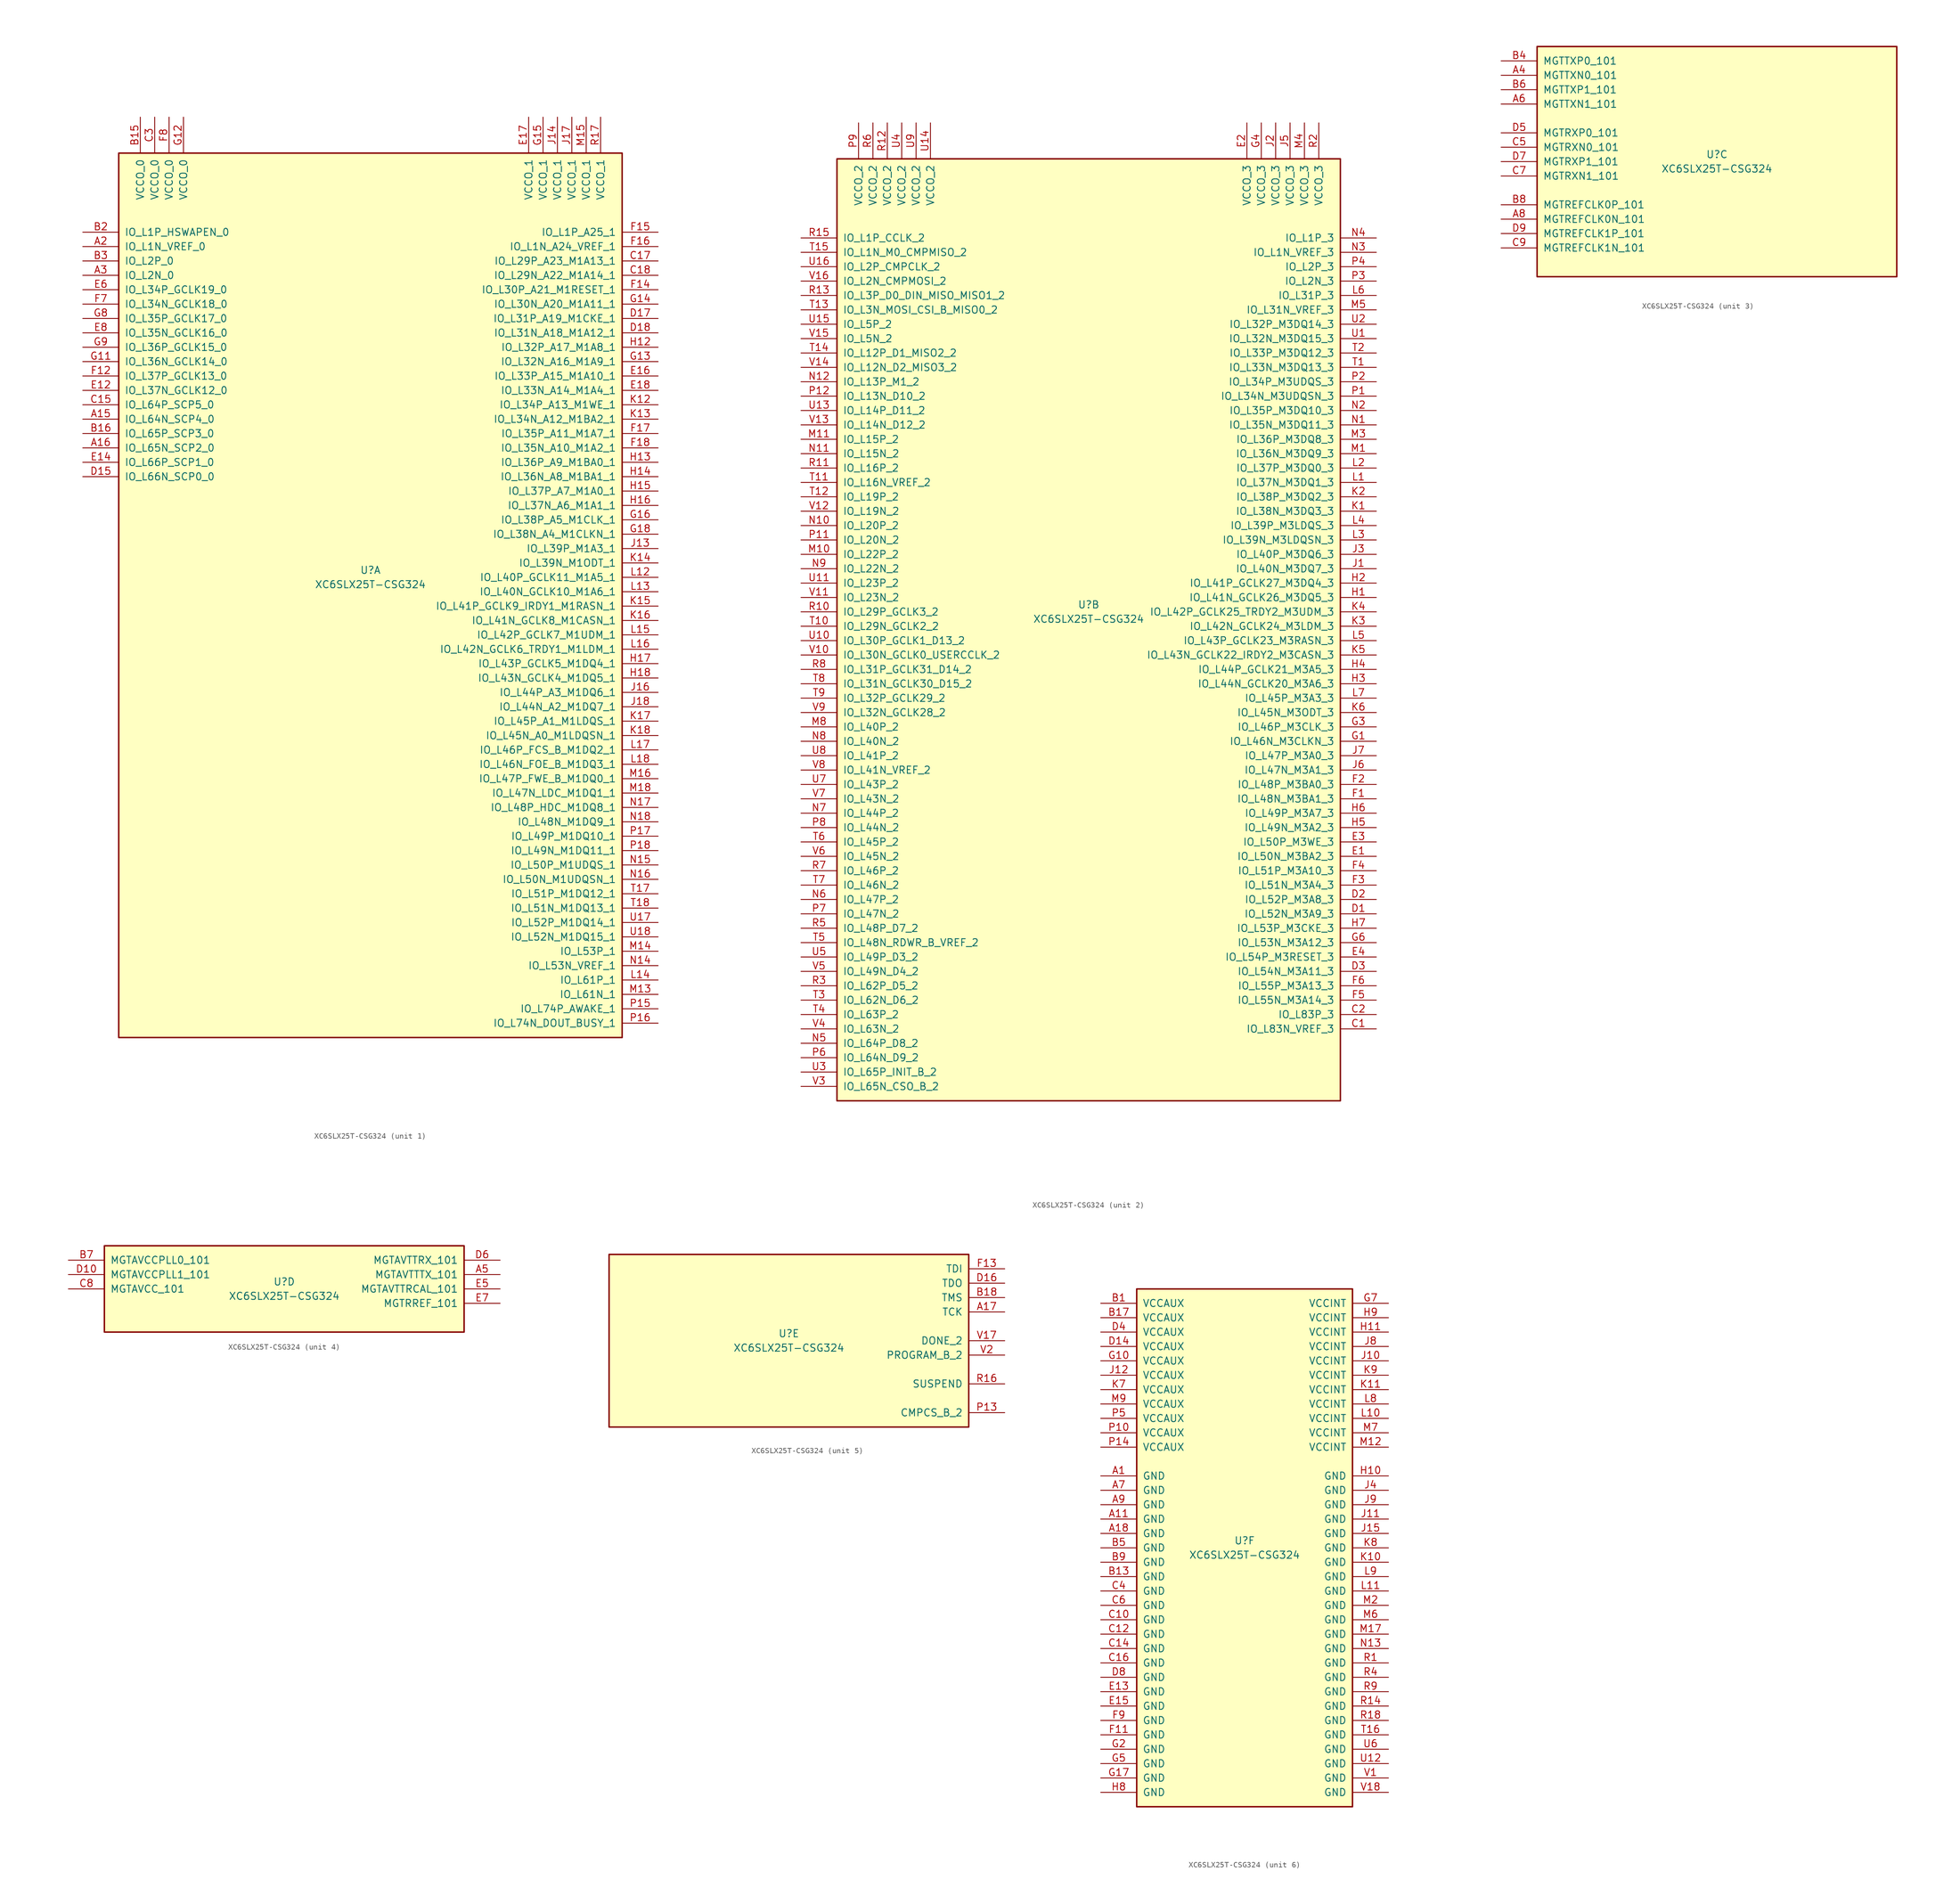
<source format=kicad_sym>
(kicad_symbol_lib
  (version 20201005)
  (generator kicad_symbol_editor)
  (symbol "XC6SLX25T-CSG324"
    (pin_names
      (offset 1.016))
    (property "Reference" "U"
      (at 0 1.27 0)
      (effects (font (size 1.27 1.27))))
    (property "Value" "XC6SLX25T-CSG324"
      (at 0 -1.27 0)
      (effects (font (size 1.27 1.27))))
    (property "Datasheet" ""
      (at 0 0 0)
      (effects (font (size 1.27 1.27))))
    (property "ki_locked" ""
      (at 0 0 0)
      (effects (font (size 1.27 1.27))))
    (symbol "XC6SLX25T-CSG324_1_1"
      (rectangle (start -44.45 74.93) (end 44.45 -81.28) (stroke (width 0.254)) (fill (type background)))
      (pin bidirectional line (at -50.8 27.94 0) (length 6.35) (name "IO_L64N_SCP4_0" (effects (font (size 1.27 1.27)))) (number "A15" (effects (font (size 1.27 1.27)))))
      (pin bidirectional line (at -50.8 22.86 0) (length 6.35) (name "IO_L65N_SCP2_0" (effects (font (size 1.27 1.27)))) (number "A16" (effects (font (size 1.27 1.27)))))
      (pin bidirectional line (at -50.8 58.42 0) (length 6.35) (name "IO_L1N_VREF_0" (effects (font (size 1.27 1.27)))) (number "A2" (effects (font (size 1.27 1.27)))))
      (pin bidirectional line (at -50.8 53.34 0) (length 6.35) (name "IO_L2N_0" (effects (font (size 1.27 1.27)))) (number "A3" (effects (font (size 1.27 1.27)))))
      (pin power_in line (at -40.64 81.28 270) (length 6.35) (name "VCCO_0" (effects (font (size 1.27 1.27)))) (number "B15" (effects (font (size 1.27 1.27)))))
      (pin bidirectional line (at -50.8 25.4 0) (length 6.35) (name "IO_L65P_SCP3_0" (effects (font (size 1.27 1.27)))) (number "B16" (effects (font (size 1.27 1.27)))))
      (pin bidirectional line (at -50.8 60.96 0) (length 6.35) (name "IO_L1P_HSWAPEN_0" (effects (font (size 1.27 1.27)))) (number "B2" (effects (font (size 1.27 1.27)))))
      (pin bidirectional line (at -50.8 55.88 0) (length 6.35) (name "IO_L2P_0" (effects (font (size 1.27 1.27)))) (number "B3" (effects (font (size 1.27 1.27)))))
      (pin bidirectional line (at -50.8 30.48 0) (length 6.35) (name "IO_L64P_SCP5_0" (effects (font (size 1.27 1.27)))) (number "C15" (effects (font (size 1.27 1.27)))))
      (pin bidirectional line (at 50.8 55.88 180) (length 6.35) (name "IO_L29P_A23_M1A13_1" (effects (font (size 1.27 1.27)))) (number "C17" (effects (font (size 1.27 1.27)))))
      (pin bidirectional line (at 50.8 53.34 180) (length 6.35) (name "IO_L29N_A22_M1A14_1" (effects (font (size 1.27 1.27)))) (number "C18" (effects (font (size 1.27 1.27)))))
      (pin power_in line (at -38.1 81.28 270) (length 6.35) (name "VCCO_0" (effects (font (size 1.27 1.27)))) (number "C3" (effects (font (size 1.27 1.27)))))
      (pin bidirectional line (at -50.8 17.78 0) (length 6.35) (name "IO_L66N_SCP0_0" (effects (font (size 1.27 1.27)))) (number "D15" (effects (font (size 1.27 1.27)))))
      (pin bidirectional line (at 50.8 45.72 180) (length 6.35) (name "IO_L31P_A19_M1CKE_1" (effects (font (size 1.27 1.27)))) (number "D17" (effects (font (size 1.27 1.27)))))
      (pin bidirectional line (at 50.8 43.18 180) (length 6.35) (name "IO_L31N_A18_M1A12_1" (effects (font (size 1.27 1.27)))) (number "D18" (effects (font (size 1.27 1.27)))))
      (pin bidirectional line (at -50.8 33.02 0) (length 6.35) (name "IO_L37N_GCLK12_0" (effects (font (size 1.27 1.27)))) (number "E12" (effects (font (size 1.27 1.27)))))
      (pin bidirectional line (at -50.8 20.32 0) (length 6.35) (name "IO_L66P_SCP1_0" (effects (font (size 1.27 1.27)))) (number "E14" (effects (font (size 1.27 1.27)))))
      (pin bidirectional line (at 50.8 35.56 180) (length 6.35) (name "IO_L33P_A15_M1A10_1" (effects (font (size 1.27 1.27)))) (number "E16" (effects (font (size 1.27 1.27)))))
      (pin power_in line (at 27.94 81.28 270) (length 6.35) (name "VCCO_1" (effects (font (size 1.27 1.27)))) (number "E17" (effects (font (size 1.27 1.27)))))
      (pin bidirectional line (at 50.8 33.02 180) (length 6.35) (name "IO_L33N_A14_M1A4_1" (effects (font (size 1.27 1.27)))) (number "E18" (effects (font (size 1.27 1.27)))))
      (pin bidirectional line (at -50.8 50.8 0) (length 6.35) (name "IO_L34P_GCLK19_0" (effects (font (size 1.27 1.27)))) (number "E6" (effects (font (size 1.27 1.27)))))
      (pin bidirectional line (at -50.8 43.18 0) (length 6.35) (name "IO_L35N_GCLK16_0" (effects (font (size 1.27 1.27)))) (number "E8" (effects (font (size 1.27 1.27)))))
      (pin bidirectional line (at -50.8 35.56 0) (length 6.35) (name "IO_L37P_GCLK13_0" (effects (font (size 1.27 1.27)))) (number "F12" (effects (font (size 1.27 1.27)))))
      (pin bidirectional line (at 50.8 50.8 180) (length 6.35) (name "IO_L30P_A21_M1RESET_1" (effects (font (size 1.27 1.27)))) (number "F14" (effects (font (size 1.27 1.27)))))
      (pin bidirectional line (at 50.8 60.96 180) (length 6.35) (name "IO_L1P_A25_1" (effects (font (size 1.27 1.27)))) (number "F15" (effects (font (size 1.27 1.27)))))
      (pin bidirectional line (at 50.8 58.42 180) (length 6.35) (name "IO_L1N_A24_VREF_1" (effects (font (size 1.27 1.27)))) (number "F16" (effects (font (size 1.27 1.27)))))
      (pin bidirectional line (at 50.8 25.4 180) (length 6.35) (name "IO_L35P_A11_M1A7_1" (effects (font (size 1.27 1.27)))) (number "F17" (effects (font (size 1.27 1.27)))))
      (pin bidirectional line (at 50.8 22.86 180) (length 6.35) (name "IO_L35N_A10_M1A2_1" (effects (font (size 1.27 1.27)))) (number "F18" (effects (font (size 1.27 1.27)))))
      (pin bidirectional line (at -50.8 48.26 0) (length 6.35) (name "IO_L34N_GCLK18_0" (effects (font (size 1.27 1.27)))) (number "F7" (effects (font (size 1.27 1.27)))))
      (pin power_in line (at -35.56 81.28 270) (length 6.35) (name "VCCO_0" (effects (font (size 1.27 1.27)))) (number "F8" (effects (font (size 1.27 1.27)))))
      (pin bidirectional line (at -50.8 38.1 0) (length 6.35) (name "IO_L36N_GCLK14_0" (effects (font (size 1.27 1.27)))) (number "G11" (effects (font (size 1.27 1.27)))))
      (pin power_in line (at -33.02 81.28 270) (length 6.35) (name "VCCO_0" (effects (font (size 1.27 1.27)))) (number "G12" (effects (font (size 1.27 1.27)))))
      (pin bidirectional line (at 50.8 38.1 180) (length 6.35) (name "IO_L32N_A16_M1A9_1" (effects (font (size 1.27 1.27)))) (number "G13" (effects (font (size 1.27 1.27)))))
      (pin bidirectional line (at 50.8 48.26 180) (length 6.35) (name "IO_L30N_A20_M1A11_1" (effects (font (size 1.27 1.27)))) (number "G14" (effects (font (size 1.27 1.27)))))
      (pin power_in line (at 30.48 81.28 270) (length 6.35) (name "VCCO_1" (effects (font (size 1.27 1.27)))) (number "G15" (effects (font (size 1.27 1.27)))))
      (pin bidirectional line (at 50.8 10.16 180) (length 6.35) (name "IO_L38P_A5_M1CLK_1" (effects (font (size 1.27 1.27)))) (number "G16" (effects (font (size 1.27 1.27)))))
      (pin bidirectional line (at 50.8 7.62 180) (length 6.35) (name "IO_L38N_A4_M1CLKN_1" (effects (font (size 1.27 1.27)))) (number "G18" (effects (font (size 1.27 1.27)))))
      (pin bidirectional line (at -50.8 45.72 0) (length 6.35) (name "IO_L35P_GCLK17_0" (effects (font (size 1.27 1.27)))) (number "G8" (effects (font (size 1.27 1.27)))))
      (pin bidirectional line (at -50.8 40.64 0) (length 6.35) (name "IO_L36P_GCLK15_0" (effects (font (size 1.27 1.27)))) (number "G9" (effects (font (size 1.27 1.27)))))
      (pin bidirectional line (at 50.8 40.64 180) (length 6.35) (name "IO_L32P_A17_M1A8_1" (effects (font (size 1.27 1.27)))) (number "H12" (effects (font (size 1.27 1.27)))))
      (pin bidirectional line (at 50.8 20.32 180) (length 6.35) (name "IO_L36P_A9_M1BA0_1" (effects (font (size 1.27 1.27)))) (number "H13" (effects (font (size 1.27 1.27)))))
      (pin bidirectional line (at 50.8 17.78 180) (length 6.35) (name "IO_L36N_A8_M1BA1_1" (effects (font (size 1.27 1.27)))) (number "H14" (effects (font (size 1.27 1.27)))))
      (pin bidirectional line (at 50.8 15.24 180) (length 6.35) (name "IO_L37P_A7_M1A0_1" (effects (font (size 1.27 1.27)))) (number "H15" (effects (font (size 1.27 1.27)))))
      (pin bidirectional line (at 50.8 12.7 180) (length 6.35) (name "IO_L37N_A6_M1A1_1" (effects (font (size 1.27 1.27)))) (number "H16" (effects (font (size 1.27 1.27)))))
      (pin bidirectional line (at 50.8 -15.24 180) (length 6.35) (name "IO_L43P_GCLK5_M1DQ4_1" (effects (font (size 1.27 1.27)))) (number "H17" (effects (font (size 1.27 1.27)))))
      (pin bidirectional line (at 50.8 -17.78 180) (length 6.35) (name "IO_L43N_GCLK4_M1DQ5_1" (effects (font (size 1.27 1.27)))) (number "H18" (effects (font (size 1.27 1.27)))))
      (pin bidirectional line (at 50.8 5.08 180) (length 6.35) (name "IO_L39P_M1A3_1" (effects (font (size 1.27 1.27)))) (number "J13" (effects (font (size 1.27 1.27)))))
      (pin power_in line (at 33.02 81.28 270) (length 6.35) (name "VCCO_1" (effects (font (size 1.27 1.27)))) (number "J14" (effects (font (size 1.27 1.27)))))
      (pin bidirectional line (at 50.8 -20.32 180) (length 6.35) (name "IO_L44P_A3_M1DQ6_1" (effects (font (size 1.27 1.27)))) (number "J16" (effects (font (size 1.27 1.27)))))
      (pin power_in line (at 35.56 81.28 270) (length 6.35) (name "VCCO_1" (effects (font (size 1.27 1.27)))) (number "J17" (effects (font (size 1.27 1.27)))))
      (pin bidirectional line (at 50.8 -22.86 180) (length 6.35) (name "IO_L44N_A2_M1DQ7_1" (effects (font (size 1.27 1.27)))) (number "J18" (effects (font (size 1.27 1.27)))))
      (pin bidirectional line (at 50.8 30.48 180) (length 6.35) (name "IO_L34P_A13_M1WE_1" (effects (font (size 1.27 1.27)))) (number "K12" (effects (font (size 1.27 1.27)))))
      (pin bidirectional line (at 50.8 27.94 180) (length 6.35) (name "IO_L34N_A12_M1BA2_1" (effects (font (size 1.27 1.27)))) (number "K13" (effects (font (size 1.27 1.27)))))
      (pin bidirectional line (at 50.8 2.54 180) (length 6.35) (name "IO_L39N_M1ODT_1" (effects (font (size 1.27 1.27)))) (number "K14" (effects (font (size 1.27 1.27)))))
      (pin bidirectional line (at 50.8 -5.08 180) (length 6.35) (name "IO_L41P_GCLK9_IRDY1_M1RASN_1" (effects (font (size 1.27 1.27)))) (number "K15" (effects (font (size 1.27 1.27)))))
      (pin bidirectional line (at 50.8 -7.62 180) (length 6.35) (name "IO_L41N_GCLK8_M1CASN_1" (effects (font (size 1.27 1.27)))) (number "K16" (effects (font (size 1.27 1.27)))))
      (pin bidirectional line (at 50.8 -25.4 180) (length 6.35) (name "IO_L45P_A1_M1LDQS_1" (effects (font (size 1.27 1.27)))) (number "K17" (effects (font (size 1.27 1.27)))))
      (pin bidirectional line (at 50.8 -27.94 180) (length 6.35) (name "IO_L45N_A0_M1LDQSN_1" (effects (font (size 1.27 1.27)))) (number "K18" (effects (font (size 1.27 1.27)))))
      (pin bidirectional line (at 50.8 0 180) (length 6.35) (name "IO_L40P_GCLK11_M1A5_1" (effects (font (size 1.27 1.27)))) (number "L12" (effects (font (size 1.27 1.27)))))
      (pin bidirectional line (at 50.8 -2.54 180) (length 6.35) (name "IO_L40N_GCLK10_M1A6_1" (effects (font (size 1.27 1.27)))) (number "L13" (effects (font (size 1.27 1.27)))))
      (pin bidirectional line (at 50.8 -71.12 180) (length 6.35) (name "IO_L61P_1" (effects (font (size 1.27 1.27)))) (number "L14" (effects (font (size 1.27 1.27)))))
      (pin bidirectional line (at 50.8 -10.16 180) (length 6.35) (name "IO_L42P_GCLK7_M1UDM_1" (effects (font (size 1.27 1.27)))) (number "L15" (effects (font (size 1.27 1.27)))))
      (pin bidirectional line (at 50.8 -12.7 180) (length 6.35) (name "IO_L42N_GCLK6_TRDY1_M1LDM_1" (effects (font (size 1.27 1.27)))) (number "L16" (effects (font (size 1.27 1.27)))))
      (pin bidirectional line (at 50.8 -30.48 180) (length 6.35) (name "IO_L46P_FCS_B_M1DQ2_1" (effects (font (size 1.27 1.27)))) (number "L17" (effects (font (size 1.27 1.27)))))
      (pin bidirectional line (at 50.8 -33.02 180) (length 6.35) (name "IO_L46N_FOE_B_M1DQ3_1" (effects (font (size 1.27 1.27)))) (number "L18" (effects (font (size 1.27 1.27)))))
      (pin bidirectional line (at 50.8 -73.66 180) (length 6.35) (name "IO_L61N_1" (effects (font (size 1.27 1.27)))) (number "M13" (effects (font (size 1.27 1.27)))))
      (pin bidirectional line (at 50.8 -66.04 180) (length 6.35) (name "IO_L53P_1" (effects (font (size 1.27 1.27)))) (number "M14" (effects (font (size 1.27 1.27)))))
      (pin power_in line (at 38.1 81.28 270) (length 6.35) (name "VCCO_1" (effects (font (size 1.27 1.27)))) (number "M15" (effects (font (size 1.27 1.27)))))
      (pin bidirectional line (at 50.8 -35.56 180) (length 6.35) (name "IO_L47P_FWE_B_M1DQ0_1" (effects (font (size 1.27 1.27)))) (number "M16" (effects (font (size 1.27 1.27)))))
      (pin bidirectional line (at 50.8 -38.1 180) (length 6.35) (name "IO_L47N_LDC_M1DQ1_1" (effects (font (size 1.27 1.27)))) (number "M18" (effects (font (size 1.27 1.27)))))
      (pin bidirectional line (at 50.8 -68.58 180) (length 6.35) (name "IO_L53N_VREF_1" (effects (font (size 1.27 1.27)))) (number "N14" (effects (font (size 1.27 1.27)))))
      (pin bidirectional line (at 50.8 -50.8 180) (length 6.35) (name "IO_L50P_M1UDQS_1" (effects (font (size 1.27 1.27)))) (number "N15" (effects (font (size 1.27 1.27)))))
      (pin bidirectional line (at 50.8 -53.34 180) (length 6.35) (name "IO_L50N_M1UDQSN_1" (effects (font (size 1.27 1.27)))) (number "N16" (effects (font (size 1.27 1.27)))))
      (pin bidirectional line (at 50.8 -40.64 180) (length 6.35) (name "IO_L48P_HDC_M1DQ8_1" (effects (font (size 1.27 1.27)))) (number "N17" (effects (font (size 1.27 1.27)))))
      (pin bidirectional line (at 50.8 -43.18 180) (length 6.35) (name "IO_L48N_M1DQ9_1" (effects (font (size 1.27 1.27)))) (number "N18" (effects (font (size 1.27 1.27)))))
      (pin bidirectional line (at 50.8 -76.2 180) (length 6.35) (name "IO_L74P_AWAKE_1" (effects (font (size 1.27 1.27)))) (number "P15" (effects (font (size 1.27 1.27)))))
      (pin bidirectional line (at 50.8 -78.74 180) (length 6.35) (name "IO_L74N_DOUT_BUSY_1" (effects (font (size 1.27 1.27)))) (number "P16" (effects (font (size 1.27 1.27)))))
      (pin bidirectional line (at 50.8 -45.72 180) (length 6.35) (name "IO_L49P_M1DQ10_1" (effects (font (size 1.27 1.27)))) (number "P17" (effects (font (size 1.27 1.27)))))
      (pin bidirectional line (at 50.8 -48.26 180) (length 6.35) (name "IO_L49N_M1DQ11_1" (effects (font (size 1.27 1.27)))) (number "P18" (effects (font (size 1.27 1.27)))))
      (pin power_in line (at 40.64 81.28 270) (length 6.35) (name "VCCO_1" (effects (font (size 1.27 1.27)))) (number "R17" (effects (font (size 1.27 1.27)))))
      (pin bidirectional line (at 50.8 -55.88 180) (length 6.35) (name "IO_L51P_M1DQ12_1" (effects (font (size 1.27 1.27)))) (number "T17" (effects (font (size 1.27 1.27)))))
      (pin bidirectional line (at 50.8 -58.42 180) (length 6.35) (name "IO_L51N_M1DQ13_1" (effects (font (size 1.27 1.27)))) (number "T18" (effects (font (size 1.27 1.27)))))
      (pin bidirectional line (at 50.8 -60.96 180) (length 6.35) (name "IO_L52P_M1DQ14_1" (effects (font (size 1.27 1.27)))) (number "U17" (effects (font (size 1.27 1.27)))))
      (pin bidirectional line (at 50.8 -63.5 180) (length 6.35) (name "IO_L52N_M1DQ15_1" (effects (font (size 1.27 1.27)))) (number "U18" (effects (font (size 1.27 1.27))))))
    (symbol "XC6SLX25T-CSG324_2_1"
      (rectangle (start -44.45 80.01) (end 44.45 -86.36) (stroke (width 0.254)) (fill (type background)))
      (pin bidirectional line (at 50.8 -73.66 180) (length 6.35) (name "IO_L83N_VREF_3" (effects (font (size 1.27 1.27)))) (number "C1" (effects (font (size 1.27 1.27)))))
      (pin bidirectional line (at 50.8 -71.12 180) (length 6.35) (name "IO_L83P_3" (effects (font (size 1.27 1.27)))) (number "C2" (effects (font (size 1.27 1.27)))))
      (pin bidirectional line (at 50.8 -53.34 180) (length 6.35) (name "IO_L52N_M3A9_3" (effects (font (size 1.27 1.27)))) (number "D1" (effects (font (size 1.27 1.27)))))
      (pin bidirectional line (at 50.8 -50.8 180) (length 6.35) (name "IO_L52P_M3A8_3" (effects (font (size 1.27 1.27)))) (number "D2" (effects (font (size 1.27 1.27)))))
      (pin bidirectional line (at 50.8 -63.5 180) (length 6.35) (name "IO_L54N_M3A11_3" (effects (font (size 1.27 1.27)))) (number "D3" (effects (font (size 1.27 1.27)))))
      (pin bidirectional line (at 50.8 -43.18 180) (length 6.35) (name "IO_L50N_M3BA2_3" (effects (font (size 1.27 1.27)))) (number "E1" (effects (font (size 1.27 1.27)))))
      (pin power_in line (at 27.94 86.36 270) (length 6.35) (name "VCCO_3" (effects (font (size 1.27 1.27)))) (number "E2" (effects (font (size 1.27 1.27)))))
      (pin bidirectional line (at 50.8 -40.64 180) (length 6.35) (name "IO_L50P_M3WE_3" (effects (font (size 1.27 1.27)))) (number "E3" (effects (font (size 1.27 1.27)))))
      (pin bidirectional line (at 50.8 -60.96 180) (length 6.35) (name "IO_L54P_M3RESET_3" (effects (font (size 1.27 1.27)))) (number "E4" (effects (font (size 1.27 1.27)))))
      (pin bidirectional line (at 50.8 -33.02 180) (length 6.35) (name "IO_L48N_M3BA1_3" (effects (font (size 1.27 1.27)))) (number "F1" (effects (font (size 1.27 1.27)))))
      (pin bidirectional line (at 50.8 -30.48 180) (length 6.35) (name "IO_L48P_M3BA0_3" (effects (font (size 1.27 1.27)))) (number "F2" (effects (font (size 1.27 1.27)))))
      (pin bidirectional line (at 50.8 -48.26 180) (length 6.35) (name "IO_L51N_M3A4_3" (effects (font (size 1.27 1.27)))) (number "F3" (effects (font (size 1.27 1.27)))))
      (pin bidirectional line (at 50.8 -45.72 180) (length 6.35) (name "IO_L51P_M3A10_3" (effects (font (size 1.27 1.27)))) (number "F4" (effects (font (size 1.27 1.27)))))
      (pin bidirectional line (at 50.8 -68.58 180) (length 6.35) (name "IO_L55N_M3A14_3" (effects (font (size 1.27 1.27)))) (number "F5" (effects (font (size 1.27 1.27)))))
      (pin bidirectional line (at 50.8 -66.04 180) (length 6.35) (name "IO_L55P_M3A13_3" (effects (font (size 1.27 1.27)))) (number "F6" (effects (font (size 1.27 1.27)))))
      (pin bidirectional line (at 50.8 -22.86 180) (length 6.35) (name "IO_L46N_M3CLKN_3" (effects (font (size 1.27 1.27)))) (number "G1" (effects (font (size 1.27 1.27)))))
      (pin bidirectional line (at 50.8 -20.32 180) (length 6.35) (name "IO_L46P_M3CLK_3" (effects (font (size 1.27 1.27)))) (number "G3" (effects (font (size 1.27 1.27)))))
      (pin power_in line (at 30.48 86.36 270) (length 6.35) (name "VCCO_3" (effects (font (size 1.27 1.27)))) (number "G4" (effects (font (size 1.27 1.27)))))
      (pin bidirectional line (at 50.8 -58.42 180) (length 6.35) (name "IO_L53N_M3A12_3" (effects (font (size 1.27 1.27)))) (number "G6" (effects (font (size 1.27 1.27)))))
      (pin bidirectional line (at 50.8 2.54 180) (length 6.35) (name "IO_L41N_GCLK26_M3DQ5_3" (effects (font (size 1.27 1.27)))) (number "H1" (effects (font (size 1.27 1.27)))))
      (pin bidirectional line (at 50.8 5.08 180) (length 6.35) (name "IO_L41P_GCLK27_M3DQ4_3" (effects (font (size 1.27 1.27)))) (number "H2" (effects (font (size 1.27 1.27)))))
      (pin bidirectional line (at 50.8 -12.7 180) (length 6.35) (name "IO_L44N_GCLK20_M3A6_3" (effects (font (size 1.27 1.27)))) (number "H3" (effects (font (size 1.27 1.27)))))
      (pin bidirectional line (at 50.8 -10.16 180) (length 6.35) (name "IO_L44P_GCLK21_M3A5_3" (effects (font (size 1.27 1.27)))) (number "H4" (effects (font (size 1.27 1.27)))))
      (pin bidirectional line (at 50.8 -38.1 180) (length 6.35) (name "IO_L49N_M3A2_3" (effects (font (size 1.27 1.27)))) (number "H5" (effects (font (size 1.27 1.27)))))
      (pin bidirectional line (at 50.8 -35.56 180) (length 6.35) (name "IO_L49P_M3A7_3" (effects (font (size 1.27 1.27)))) (number "H6" (effects (font (size 1.27 1.27)))))
      (pin bidirectional line (at 50.8 -55.88 180) (length 6.35) (name "IO_L53P_M3CKE_3" (effects (font (size 1.27 1.27)))) (number "H7" (effects (font (size 1.27 1.27)))))
      (pin bidirectional line (at 50.8 7.62 180) (length 6.35) (name "IO_L40N_M3DQ7_3" (effects (font (size 1.27 1.27)))) (number "J1" (effects (font (size 1.27 1.27)))))
      (pin power_in line (at 33.02 86.36 270) (length 6.35) (name "VCCO_3" (effects (font (size 1.27 1.27)))) (number "J2" (effects (font (size 1.27 1.27)))))
      (pin bidirectional line (at 50.8 10.16 180) (length 6.35) (name "IO_L40P_M3DQ6_3" (effects (font (size 1.27 1.27)))) (number "J3" (effects (font (size 1.27 1.27)))))
      (pin power_in line (at 35.56 86.36 270) (length 6.35) (name "VCCO_3" (effects (font (size 1.27 1.27)))) (number "J5" (effects (font (size 1.27 1.27)))))
      (pin bidirectional line (at 50.8 -27.94 180) (length 6.35) (name "IO_L47N_M3A1_3" (effects (font (size 1.27 1.27)))) (number "J6" (effects (font (size 1.27 1.27)))))
      (pin bidirectional line (at 50.8 -25.4 180) (length 6.35) (name "IO_L47P_M3A0_3" (effects (font (size 1.27 1.27)))) (number "J7" (effects (font (size 1.27 1.27)))))
      (pin bidirectional line (at 50.8 17.78 180) (length 6.35) (name "IO_L38N_M3DQ3_3" (effects (font (size 1.27 1.27)))) (number "K1" (effects (font (size 1.27 1.27)))))
      (pin bidirectional line (at 50.8 20.32 180) (length 6.35) (name "IO_L38P_M3DQ2_3" (effects (font (size 1.27 1.27)))) (number "K2" (effects (font (size 1.27 1.27)))))
      (pin bidirectional line (at 50.8 -2.54 180) (length 6.35) (name "IO_L42N_GCLK24_M3LDM_3" (effects (font (size 1.27 1.27)))) (number "K3" (effects (font (size 1.27 1.27)))))
      (pin bidirectional line (at 50.8 0 180) (length 6.35) (name "IO_L42P_GCLK25_TRDY2_M3UDM_3" (effects (font (size 1.27 1.27)))) (number "K4" (effects (font (size 1.27 1.27)))))
      (pin bidirectional line (at 50.8 -7.62 180) (length 6.35) (name "IO_L43N_GCLK22_IRDY2_M3CASN_3" (effects (font (size 1.27 1.27)))) (number "K5" (effects (font (size 1.27 1.27)))))
      (pin bidirectional line (at 50.8 -17.78 180) (length 6.35) (name "IO_L45N_M3ODT_3" (effects (font (size 1.27 1.27)))) (number "K6" (effects (font (size 1.27 1.27)))))
      (pin bidirectional line (at 50.8 22.86 180) (length 6.35) (name "IO_L37N_M3DQ1_3" (effects (font (size 1.27 1.27)))) (number "L1" (effects (font (size 1.27 1.27)))))
      (pin bidirectional line (at 50.8 25.4 180) (length 6.35) (name "IO_L37P_M3DQ0_3" (effects (font (size 1.27 1.27)))) (number "L2" (effects (font (size 1.27 1.27)))))
      (pin bidirectional line (at 50.8 12.7 180) (length 6.35) (name "IO_L39N_M3LDQSN_3" (effects (font (size 1.27 1.27)))) (number "L3" (effects (font (size 1.27 1.27)))))
      (pin bidirectional line (at 50.8 15.24 180) (length 6.35) (name "IO_L39P_M3LDQS_3" (effects (font (size 1.27 1.27)))) (number "L4" (effects (font (size 1.27 1.27)))))
      (pin bidirectional line (at 50.8 -5.08 180) (length 6.35) (name "IO_L43P_GCLK23_M3RASN_3" (effects (font (size 1.27 1.27)))) (number "L5" (effects (font (size 1.27 1.27)))))
      (pin bidirectional line (at 50.8 55.88 180) (length 6.35) (name "IO_L31P_3" (effects (font (size 1.27 1.27)))) (number "L6" (effects (font (size 1.27 1.27)))))
      (pin bidirectional line (at 50.8 -15.24 180) (length 6.35) (name "IO_L45P_M3A3_3" (effects (font (size 1.27 1.27)))) (number "L7" (effects (font (size 1.27 1.27)))))
      (pin bidirectional line (at 50.8 27.94 180) (length 6.35) (name "IO_L36N_M3DQ9_3" (effects (font (size 1.27 1.27)))) (number "M1" (effects (font (size 1.27 1.27)))))
      (pin bidirectional line (at -50.8 10.16 0) (length 6.35) (name "IO_L22P_2" (effects (font (size 1.27 1.27)))) (number "M10" (effects (font (size 1.27 1.27)))))
      (pin bidirectional line (at -50.8 30.48 0) (length 6.35) (name "IO_L15P_2" (effects (font (size 1.27 1.27)))) (number "M11" (effects (font (size 1.27 1.27)))))
      (pin bidirectional line (at 50.8 30.48 180) (length 6.35) (name "IO_L36P_M3DQ8_3" (effects (font (size 1.27 1.27)))) (number "M3" (effects (font (size 1.27 1.27)))))
      (pin power_in line (at 38.1 86.36 270) (length 6.35) (name "VCCO_3" (effects (font (size 1.27 1.27)))) (number "M4" (effects (font (size 1.27 1.27)))))
      (pin bidirectional line (at 50.8 53.34 180) (length 6.35) (name "IO_L31N_VREF_3" (effects (font (size 1.27 1.27)))) (number "M5" (effects (font (size 1.27 1.27)))))
      (pin bidirectional line (at -50.8 -20.32 0) (length 6.35) (name "IO_L40P_2" (effects (font (size 1.27 1.27)))) (number "M8" (effects (font (size 1.27 1.27)))))
      (pin bidirectional line (at 50.8 33.02 180) (length 6.35) (name "IO_L35N_M3DQ11_3" (effects (font (size 1.27 1.27)))) (number "N1" (effects (font (size 1.27 1.27)))))
      (pin bidirectional line (at -50.8 15.24 0) (length 6.35) (name "IO_L20P_2" (effects (font (size 1.27 1.27)))) (number "N10" (effects (font (size 1.27 1.27)))))
      (pin bidirectional line (at -50.8 27.94 0) (length 6.35) (name "IO_L15N_2" (effects (font (size 1.27 1.27)))) (number "N11" (effects (font (size 1.27 1.27)))))
      (pin bidirectional line (at -50.8 40.64 0) (length 6.35) (name "IO_L13P_M1_2" (effects (font (size 1.27 1.27)))) (number "N12" (effects (font (size 1.27 1.27)))))
      (pin bidirectional line (at 50.8 35.56 180) (length 6.35) (name "IO_L35P_M3DQ10_3" (effects (font (size 1.27 1.27)))) (number "N2" (effects (font (size 1.27 1.27)))))
      (pin bidirectional line (at 50.8 63.5 180) (length 6.35) (name "IO_L1N_VREF_3" (effects (font (size 1.27 1.27)))) (number "N3" (effects (font (size 1.27 1.27)))))
      (pin bidirectional line (at 50.8 66.04 180) (length 6.35) (name "IO_L1P_3" (effects (font (size 1.27 1.27)))) (number "N4" (effects (font (size 1.27 1.27)))))
      (pin bidirectional line (at -50.8 -76.2 0) (length 6.35) (name "IO_L64P_D8_2" (effects (font (size 1.27 1.27)))) (number "N5" (effects (font (size 1.27 1.27)))))
      (pin bidirectional line (at -50.8 -50.8 0) (length 6.35) (name "IO_L47P_2" (effects (font (size 1.27 1.27)))) (number "N6" (effects (font (size 1.27 1.27)))))
      (pin bidirectional line (at -50.8 -35.56 0) (length 6.35) (name "IO_L44P_2" (effects (font (size 1.27 1.27)))) (number "N7" (effects (font (size 1.27 1.27)))))
      (pin bidirectional line (at -50.8 -22.86 0) (length 6.35) (name "IO_L40N_2" (effects (font (size 1.27 1.27)))) (number "N8" (effects (font (size 1.27 1.27)))))
      (pin bidirectional line (at -50.8 7.62 0) (length 6.35) (name "IO_L22N_2" (effects (font (size 1.27 1.27)))) (number "N9" (effects (font (size 1.27 1.27)))))
      (pin bidirectional line (at 50.8 38.1 180) (length 6.35) (name "IO_L34N_M3UDQSN_3" (effects (font (size 1.27 1.27)))) (number "P1" (effects (font (size 1.27 1.27)))))
      (pin bidirectional line (at -50.8 12.7 0) (length 6.35) (name "IO_L20N_2" (effects (font (size 1.27 1.27)))) (number "P11" (effects (font (size 1.27 1.27)))))
      (pin bidirectional line (at -50.8 38.1 0) (length 6.35) (name "IO_L13N_D10_2" (effects (font (size 1.27 1.27)))) (number "P12" (effects (font (size 1.27 1.27)))))
      (pin bidirectional line (at 50.8 40.64 180) (length 6.35) (name "IO_L34P_M3UDQS_3" (effects (font (size 1.27 1.27)))) (number "P2" (effects (font (size 1.27 1.27)))))
      (pin bidirectional line (at 50.8 58.42 180) (length 6.35) (name "IO_L2N_3" (effects (font (size 1.27 1.27)))) (number "P3" (effects (font (size 1.27 1.27)))))
      (pin bidirectional line (at 50.8 60.96 180) (length 6.35) (name "IO_L2P_3" (effects (font (size 1.27 1.27)))) (number "P4" (effects (font (size 1.27 1.27)))))
      (pin bidirectional line (at -50.8 -78.74 0) (length 6.35) (name "IO_L64N_D9_2" (effects (font (size 1.27 1.27)))) (number "P6" (effects (font (size 1.27 1.27)))))
      (pin bidirectional line (at -50.8 -53.34 0) (length 6.35) (name "IO_L47N_2" (effects (font (size 1.27 1.27)))) (number "P7" (effects (font (size 1.27 1.27)))))
      (pin bidirectional line (at -50.8 -38.1 0) (length 6.35) (name "IO_L44N_2" (effects (font (size 1.27 1.27)))) (number "P8" (effects (font (size 1.27 1.27)))))
      (pin power_in line (at -40.64 86.36 270) (length 6.35) (name "VCCO_2" (effects (font (size 1.27 1.27)))) (number "P9" (effects (font (size 1.27 1.27)))))
      (pin bidirectional line (at -50.8 0 0) (length 6.35) (name "IO_L29P_GCLK3_2" (effects (font (size 1.27 1.27)))) (number "R10" (effects (font (size 1.27 1.27)))))
      (pin bidirectional line (at -50.8 25.4 0) (length 6.35) (name "IO_L16P_2" (effects (font (size 1.27 1.27)))) (number "R11" (effects (font (size 1.27 1.27)))))
      (pin power_in line (at -35.56 86.36 270) (length 6.35) (name "VCCO_2" (effects (font (size 1.27 1.27)))) (number "R12" (effects (font (size 1.27 1.27)))))
      (pin bidirectional line (at -50.8 55.88 0) (length 6.35) (name "IO_L3P_D0_DIN_MISO_MISO1_2" (effects (font (size 1.27 1.27)))) (number "R13" (effects (font (size 1.27 1.27)))))
      (pin bidirectional line (at -50.8 66.04 0) (length 6.35) (name "IO_L1P_CCLK_2" (effects (font (size 1.27 1.27)))) (number "R15" (effects (font (size 1.27 1.27)))))
      (pin power_in line (at 40.64 86.36 270) (length 6.35) (name "VCCO_3" (effects (font (size 1.27 1.27)))) (number "R2" (effects (font (size 1.27 1.27)))))
      (pin bidirectional line (at -50.8 -66.04 0) (length 6.35) (name "IO_L62P_D5_2" (effects (font (size 1.27 1.27)))) (number "R3" (effects (font (size 1.27 1.27)))))
      (pin bidirectional line (at -50.8 -55.88 0) (length 6.35) (name "IO_L48P_D7_2" (effects (font (size 1.27 1.27)))) (number "R5" (effects (font (size 1.27 1.27)))))
      (pin power_in line (at -38.1 86.36 270) (length 6.35) (name "VCCO_2" (effects (font (size 1.27 1.27)))) (number "R6" (effects (font (size 1.27 1.27)))))
      (pin bidirectional line (at -50.8 -45.72 0) (length 6.35) (name "IO_L46P_2" (effects (font (size 1.27 1.27)))) (number "R7" (effects (font (size 1.27 1.27)))))
      (pin bidirectional line (at -50.8 -10.16 0) (length 6.35) (name "IO_L31P_GCLK31_D14_2" (effects (font (size 1.27 1.27)))) (number "R8" (effects (font (size 1.27 1.27)))))
      (pin bidirectional line (at 50.8 43.18 180) (length 6.35) (name "IO_L33N_M3DQ13_3" (effects (font (size 1.27 1.27)))) (number "T1" (effects (font (size 1.27 1.27)))))
      (pin bidirectional line (at -50.8 -2.54 0) (length 6.35) (name "IO_L29N_GCLK2_2" (effects (font (size 1.27 1.27)))) (number "T10" (effects (font (size 1.27 1.27)))))
      (pin bidirectional line (at -50.8 22.86 0) (length 6.35) (name "IO_L16N_VREF_2" (effects (font (size 1.27 1.27)))) (number "T11" (effects (font (size 1.27 1.27)))))
      (pin bidirectional line (at -50.8 20.32 0) (length 6.35) (name "IO_L19P_2" (effects (font (size 1.27 1.27)))) (number "T12" (effects (font (size 1.27 1.27)))))
      (pin bidirectional line (at -50.8 53.34 0) (length 6.35) (name "IO_L3N_MOSI_CSI_B_MISO0_2" (effects (font (size 1.27 1.27)))) (number "T13" (effects (font (size 1.27 1.27)))))
      (pin bidirectional line (at -50.8 45.72 0) (length 6.35) (name "IO_L12P_D1_MISO2_2" (effects (font (size 1.27 1.27)))) (number "T14" (effects (font (size 1.27 1.27)))))
      (pin bidirectional line (at -50.8 63.5 0) (length 6.35) (name "IO_L1N_M0_CMPMISO_2" (effects (font (size 1.27 1.27)))) (number "T15" (effects (font (size 1.27 1.27)))))
      (pin bidirectional line (at 50.8 45.72 180) (length 6.35) (name "IO_L33P_M3DQ12_3" (effects (font (size 1.27 1.27)))) (number "T2" (effects (font (size 1.27 1.27)))))
      (pin bidirectional line (at -50.8 -68.58 0) (length 6.35) (name "IO_L62N_D6_2" (effects (font (size 1.27 1.27)))) (number "T3" (effects (font (size 1.27 1.27)))))
      (pin bidirectional line (at -50.8 -71.12 0) (length 6.35) (name "IO_L63P_2" (effects (font (size 1.27 1.27)))) (number "T4" (effects (font (size 1.27 1.27)))))
      (pin bidirectional line (at -50.8 -58.42 0) (length 6.35) (name "IO_L48N_RDWR_B_VREF_2" (effects (font (size 1.27 1.27)))) (number "T5" (effects (font (size 1.27 1.27)))))
      (pin bidirectional line (at -50.8 -40.64 0) (length 6.35) (name "IO_L45P_2" (effects (font (size 1.27 1.27)))) (number "T6" (effects (font (size 1.27 1.27)))))
      (pin bidirectional line (at -50.8 -48.26 0) (length 6.35) (name "IO_L46N_2" (effects (font (size 1.27 1.27)))) (number "T7" (effects (font (size 1.27 1.27)))))
      (pin bidirectional line (at -50.8 -12.7 0) (length 6.35) (name "IO_L31N_GCLK30_D15_2" (effects (font (size 1.27 1.27)))) (number "T8" (effects (font (size 1.27 1.27)))))
      (pin bidirectional line (at -50.8 -15.24 0) (length 6.35) (name "IO_L32P_GCLK29_2" (effects (font (size 1.27 1.27)))) (number "T9" (effects (font (size 1.27 1.27)))))
      (pin bidirectional line (at 50.8 48.26 180) (length 6.35) (name "IO_L32N_M3DQ15_3" (effects (font (size 1.27 1.27)))) (number "U1" (effects (font (size 1.27 1.27)))))
      (pin bidirectional line (at -50.8 -5.08 0) (length 6.35) (name "IO_L30P_GCLK1_D13_2" (effects (font (size 1.27 1.27)))) (number "U10" (effects (font (size 1.27 1.27)))))
      (pin bidirectional line (at -50.8 5.08 0) (length 6.35) (name "IO_L23P_2" (effects (font (size 1.27 1.27)))) (number "U11" (effects (font (size 1.27 1.27)))))
      (pin bidirectional line (at -50.8 35.56 0) (length 6.35) (name "IO_L14P_D11_2" (effects (font (size 1.27 1.27)))) (number "U13" (effects (font (size 1.27 1.27)))))
      (pin power_in line (at -27.94 86.36 270) (length 6.35) (name "VCCO_2" (effects (font (size 1.27 1.27)))) (number "U14" (effects (font (size 1.27 1.27)))))
      (pin bidirectional line (at -50.8 50.8 0) (length 6.35) (name "IO_L5P_2" (effects (font (size 1.27 1.27)))) (number "U15" (effects (font (size 1.27 1.27)))))
      (pin bidirectional line (at -50.8 60.96 0) (length 6.35) (name "IO_L2P_CMPCLK_2" (effects (font (size 1.27 1.27)))) (number "U16" (effects (font (size 1.27 1.27)))))
      (pin bidirectional line (at 50.8 50.8 180) (length 6.35) (name "IO_L32P_M3DQ14_3" (effects (font (size 1.27 1.27)))) (number "U2" (effects (font (size 1.27 1.27)))))
      (pin bidirectional line (at -50.8 -81.28 0) (length 6.35) (name "IO_L65P_INIT_B_2" (effects (font (size 1.27 1.27)))) (number "U3" (effects (font (size 1.27 1.27)))))
      (pin power_in line (at -33.02 86.36 270) (length 6.35) (name "VCCO_2" (effects (font (size 1.27 1.27)))) (number "U4" (effects (font (size 1.27 1.27)))))
      (pin bidirectional line (at -50.8 -60.96 0) (length 6.35) (name "IO_L49P_D3_2" (effects (font (size 1.27 1.27)))) (number "U5" (effects (font (size 1.27 1.27)))))
      (pin bidirectional line (at -50.8 -30.48 0) (length 6.35) (name "IO_L43P_2" (effects (font (size 1.27 1.27)))) (number "U7" (effects (font (size 1.27 1.27)))))
      (pin bidirectional line (at -50.8 -25.4 0) (length 6.35) (name "IO_L41P_2" (effects (font (size 1.27 1.27)))) (number "U8" (effects (font (size 1.27 1.27)))))
      (pin power_in line (at -30.48 86.36 270) (length 6.35) (name "VCCO_2" (effects (font (size 1.27 1.27)))) (number "U9" (effects (font (size 1.27 1.27)))))
      (pin bidirectional line (at -50.8 -7.62 0) (length 6.35) (name "IO_L30N_GCLK0_USERCCLK_2" (effects (font (size 1.27 1.27)))) (number "V10" (effects (font (size 1.27 1.27)))))
      (pin bidirectional line (at -50.8 2.54 0) (length 6.35) (name "IO_L23N_2" (effects (font (size 1.27 1.27)))) (number "V11" (effects (font (size 1.27 1.27)))))
      (pin bidirectional line (at -50.8 17.78 0) (length 6.35) (name "IO_L19N_2" (effects (font (size 1.27 1.27)))) (number "V12" (effects (font (size 1.27 1.27)))))
      (pin bidirectional line (at -50.8 33.02 0) (length 6.35) (name "IO_L14N_D12_2" (effects (font (size 1.27 1.27)))) (number "V13" (effects (font (size 1.27 1.27)))))
      (pin bidirectional line (at -50.8 43.18 0) (length 6.35) (name "IO_L12N_D2_MISO3_2" (effects (font (size 1.27 1.27)))) (number "V14" (effects (font (size 1.27 1.27)))))
      (pin bidirectional line (at -50.8 48.26 0) (length 6.35) (name "IO_L5N_2" (effects (font (size 1.27 1.27)))) (number "V15" (effects (font (size 1.27 1.27)))))
      (pin bidirectional line (at -50.8 58.42 0) (length 6.35) (name "IO_L2N_CMPMOSI_2" (effects (font (size 1.27 1.27)))) (number "V16" (effects (font (size 1.27 1.27)))))
      (pin bidirectional line (at -50.8 -83.82 0) (length 6.35) (name "IO_L65N_CSO_B_2" (effects (font (size 1.27 1.27)))) (number "V3" (effects (font (size 1.27 1.27)))))
      (pin bidirectional line (at -50.8 -73.66 0) (length 6.35) (name "IO_L63N_2" (effects (font (size 1.27 1.27)))) (number "V4" (effects (font (size 1.27 1.27)))))
      (pin bidirectional line (at -50.8 -63.5 0) (length 6.35) (name "IO_L49N_D4_2" (effects (font (size 1.27 1.27)))) (number "V5" (effects (font (size 1.27 1.27)))))
      (pin bidirectional line (at -50.8 -43.18 0) (length 6.35) (name "IO_L45N_2" (effects (font (size 1.27 1.27)))) (number "V6" (effects (font (size 1.27 1.27)))))
      (pin bidirectional line (at -50.8 -33.02 0) (length 6.35) (name "IO_L43N_2" (effects (font (size 1.27 1.27)))) (number "V7" (effects (font (size 1.27 1.27)))))
      (pin bidirectional line (at -50.8 -27.94 0) (length 6.35) (name "IO_L41N_VREF_2" (effects (font (size 1.27 1.27)))) (number "V8" (effects (font (size 1.27 1.27)))))
      (pin bidirectional line (at -50.8 -17.78 0) (length 6.35) (name "IO_L32N_GCLK28_2" (effects (font (size 1.27 1.27)))) (number "V9" (effects (font (size 1.27 1.27))))))
    (symbol "XC6SLX25T-CSG324_3_1"
      (rectangle (start -31.75 20.32) (end 31.75 -20.32) (stroke (width 0.254)) (fill (type background)))
      (pin bidirectional line (at -38.1 15.24 0) (length 6.35) (name "MGTTXN0_101" (effects (font (size 1.27 1.27)))) (number "A4" (effects (font (size 1.27 1.27)))))
      (pin bidirectional line (at -38.1 10.16 0) (length 6.35) (name "MGTTXN1_101" (effects (font (size 1.27 1.27)))) (number "A6" (effects (font (size 1.27 1.27)))))
      (pin bidirectional line (at -38.1 -10.16 0) (length 6.35) (name "MGTREFCLK0N_101" (effects (font (size 1.27 1.27)))) (number "A8" (effects (font (size 1.27 1.27)))))
      (pin bidirectional line (at -38.1 17.78 0) (length 6.35) (name "MGTTXP0_101" (effects (font (size 1.27 1.27)))) (number "B4" (effects (font (size 1.27 1.27)))))
      (pin bidirectional line (at -38.1 12.7 0) (length 6.35) (name "MGTTXP1_101" (effects (font (size 1.27 1.27)))) (number "B6" (effects (font (size 1.27 1.27)))))
      (pin bidirectional line (at -38.1 -7.62 0) (length 6.35) (name "MGTREFCLK0P_101" (effects (font (size 1.27 1.27)))) (number "B8" (effects (font (size 1.27 1.27)))))
      (pin bidirectional line (at -38.1 2.54 0) (length 6.35) (name "MGTRXN0_101" (effects (font (size 1.27 1.27)))) (number "C5" (effects (font (size 1.27 1.27)))))
      (pin bidirectional line (at -38.1 -2.54 0) (length 6.35) (name "MGTRXN1_101" (effects (font (size 1.27 1.27)))) (number "C7" (effects (font (size 1.27 1.27)))))
      (pin bidirectional line (at -38.1 -15.24 0) (length 6.35) (name "MGTREFCLK1N_101" (effects (font (size 1.27 1.27)))) (number "C9" (effects (font (size 1.27 1.27)))))
      (pin bidirectional line (at -38.1 5.08 0) (length 6.35) (name "MGTRXP0_101" (effects (font (size 1.27 1.27)))) (number "D5" (effects (font (size 1.27 1.27)))))
      (pin bidirectional line (at -38.1 0 0) (length 6.35) (name "MGTRXP1_101" (effects (font (size 1.27 1.27)))) (number "D7" (effects (font (size 1.27 1.27)))))
      (pin bidirectional line (at -38.1 -12.7 0) (length 6.35) (name "MGTREFCLK1P_101" (effects (font (size 1.27 1.27)))) (number "D9" (effects (font (size 1.27 1.27))))))
    (symbol "XC6SLX25T-CSG324_4_1"
      (rectangle (start -31.75 7.62) (end 31.75 -7.62) (stroke (width 0.254)) (fill (type background)))
      (pin power_in line (at 38.1 2.54 180) (length 6.35) (name "MGTAVTTTX_101" (effects (font (size 1.27 1.27)))) (number "A5" (effects (font (size 1.27 1.27)))))
      (pin power_in line (at -38.1 5.08 0) (length 6.35) (name "MGTAVCCPLL0_101" (effects (font (size 1.27 1.27)))) (number "B7" (effects (font (size 1.27 1.27)))))
      (pin power_in line (at -38.1 0 0) (length 6.35) (name "MGTAVCC_101" (effects (font (size 1.27 1.27)))) (number "C8" (effects (font (size 1.27 1.27)))))
      (pin power_in line (at -38.1 2.54 0) (length 6.35) (name "MGTAVCCPLL1_101" (effects (font (size 1.27 1.27)))) (number "D10" (effects (font (size 1.27 1.27)))))
      (pin power_in line (at 38.1 5.08 180) (length 6.35) (name "MGTAVTTRX_101" (effects (font (size 1.27 1.27)))) (number "D6" (effects (font (size 1.27 1.27)))))
      (pin power_in line (at 38.1 0 180) (length 6.35) (name "MGTAVTTRCAL_101" (effects (font (size 1.27 1.27)))) (number "E5" (effects (font (size 1.27 1.27)))))
      (pin power_in line (at 38.1 -2.54 180) (length 6.35) (name "MGTRREF_101" (effects (font (size 1.27 1.27)))) (number "E7" (effects (font (size 1.27 1.27))))))
    (symbol "XC6SLX25T-CSG324_5_1"
      (rectangle (start -31.75 15.24) (end 31.75 -15.24) (stroke (width 0.254)) (fill (type background)))
      (pin bidirectional line (at 38.1 5.08 180) (length 6.35) (name "TCK" (effects (font (size 1.27 1.27)))) (number "A17" (effects (font (size 1.27 1.27)))))
      (pin bidirectional line (at 38.1 7.62 180) (length 6.35) (name "TMS" (effects (font (size 1.27 1.27)))) (number "B18" (effects (font (size 1.27 1.27)))))
      (pin bidirectional line (at 38.1 10.16 180) (length 6.35) (name "TDO" (effects (font (size 1.27 1.27)))) (number "D16" (effects (font (size 1.27 1.27)))))
      (pin bidirectional line (at 38.1 12.7 180) (length 6.35) (name "TDI" (effects (font (size 1.27 1.27)))) (number "F13" (effects (font (size 1.27 1.27)))))
      (pin bidirectional line (at 38.1 -12.7 180) (length 6.35) (name "CMPCS_B_2" (effects (font (size 1.27 1.27)))) (number "P13" (effects (font (size 1.27 1.27)))))
      (pin bidirectional line (at 38.1 -7.62 180) (length 6.35) (name "SUSPEND" (effects (font (size 1.27 1.27)))) (number "R16" (effects (font (size 1.27 1.27)))))
      (pin bidirectional line (at 38.1 0 180) (length 6.35) (name "DONE_2" (effects (font (size 1.27 1.27)))) (number "V17" (effects (font (size 1.27 1.27)))))
      (pin bidirectional line (at 38.1 -2.54 180) (length 6.35) (name "PROGRAM_B_2" (effects (font (size 1.27 1.27)))) (number "V2" (effects (font (size 1.27 1.27))))))
    (symbol "XC6SLX25T-CSG324_6_1"
      (rectangle (start -19.05 45.72) (end 19.05 -45.72) (stroke (width 0.254)) (fill (type background)))
      (pin power_in line (at -25.4 12.7 0) (length 6.35) (name "GND" (effects (font (size 1.27 1.27)))) (number "A1" (effects (font (size 1.27 1.27)))))
      (pin power_in line (at -25.4 5.08 0) (length 6.35) (name "GND" (effects (font (size 1.27 1.27)))) (number "A11" (effects (font (size 1.27 1.27)))))
      (pin power_in line (at -25.4 2.54 0) (length 6.35) (name "GND" (effects (font (size 1.27 1.27)))) (number "A18" (effects (font (size 1.27 1.27)))))
      (pin power_in line (at -25.4 10.16 0) (length 6.35) (name "GND" (effects (font (size 1.27 1.27)))) (number "A7" (effects (font (size 1.27 1.27)))))
      (pin power_in line (at -25.4 7.62 0) (length 6.35) (name "GND" (effects (font (size 1.27 1.27)))) (number "A9" (effects (font (size 1.27 1.27)))))
      (pin power_in line (at -25.4 43.18 0) (length 6.35) (name "VCCAUX" (effects (font (size 1.27 1.27)))) (number "B1" (effects (font (size 1.27 1.27)))))
      (pin power_in line (at -25.4 -5.08 0) (length 6.35) (name "GND" (effects (font (size 1.27 1.27)))) (number "B13" (effects (font (size 1.27 1.27)))))
      (pin power_in line (at -25.4 40.64 0) (length 6.35) (name "VCCAUX" (effects (font (size 1.27 1.27)))) (number "B17" (effects (font (size 1.27 1.27)))))
      (pin power_in line (at -25.4 0 0) (length 6.35) (name "GND" (effects (font (size 1.27 1.27)))) (number "B5" (effects (font (size 1.27 1.27)))))
      (pin power_in line (at -25.4 -2.54 0) (length 6.35) (name "GND" (effects (font (size 1.27 1.27)))) (number "B9" (effects (font (size 1.27 1.27)))))
      (pin power_in line (at -25.4 -12.7 0) (length 6.35) (name "GND" (effects (font (size 1.27 1.27)))) (number "C10" (effects (font (size 1.27 1.27)))))
      (pin power_in line (at -25.4 -15.24 0) (length 6.35) (name "GND" (effects (font (size 1.27 1.27)))) (number "C12" (effects (font (size 1.27 1.27)))))
      (pin power_in line (at -25.4 -17.78 0) (length 6.35) (name "GND" (effects (font (size 1.27 1.27)))) (number "C14" (effects (font (size 1.27 1.27)))))
      (pin power_in line (at -25.4 -20.32 0) (length 6.35) (name "GND" (effects (font (size 1.27 1.27)))) (number "C16" (effects (font (size 1.27 1.27)))))
      (pin power_in line (at -25.4 -7.62 0) (length 6.35) (name "GND" (effects (font (size 1.27 1.27)))) (number "C4" (effects (font (size 1.27 1.27)))))
      (pin power_in line (at -25.4 -10.16 0) (length 6.35) (name "GND" (effects (font (size 1.27 1.27)))) (number "C6" (effects (font (size 1.27 1.27)))))
      (pin power_in line (at -25.4 35.56 0) (length 6.35) (name "VCCAUX" (effects (font (size 1.27 1.27)))) (number "D14" (effects (font (size 1.27 1.27)))))
      (pin power_in line (at -25.4 38.1 0) (length 6.35) (name "VCCAUX" (effects (font (size 1.27 1.27)))) (number "D4" (effects (font (size 1.27 1.27)))))
      (pin power_in line (at -25.4 -22.86 0) (length 6.35) (name "GND" (effects (font (size 1.27 1.27)))) (number "D8" (effects (font (size 1.27 1.27)))))
      (pin power_in line (at -25.4 -25.4 0) (length 6.35) (name "GND" (effects (font (size 1.27 1.27)))) (number "E13" (effects (font (size 1.27 1.27)))))
      (pin power_in line (at -25.4 -27.94 0) (length 6.35) (name "GND" (effects (font (size 1.27 1.27)))) (number "E15" (effects (font (size 1.27 1.27)))))
      (pin power_in line (at -25.4 -33.02 0) (length 6.35) (name "GND" (effects (font (size 1.27 1.27)))) (number "F11" (effects (font (size 1.27 1.27)))))
      (pin power_in line (at -25.4 -30.48 0) (length 6.35) (name "GND" (effects (font (size 1.27 1.27)))) (number "F9" (effects (font (size 1.27 1.27)))))
      (pin power_in line (at -25.4 33.02 0) (length 6.35) (name "VCCAUX" (effects (font (size 1.27 1.27)))) (number "G10" (effects (font (size 1.27 1.27)))))
      (pin power_in line (at -25.4 -40.64 0) (length 6.35) (name "GND" (effects (font (size 1.27 1.27)))) (number "G17" (effects (font (size 1.27 1.27)))))
      (pin power_in line (at -25.4 -35.56 0) (length 6.35) (name "GND" (effects (font (size 1.27 1.27)))) (number "G2" (effects (font (size 1.27 1.27)))))
      (pin power_in line (at -25.4 -38.1 0) (length 6.35) (name "GND" (effects (font (size 1.27 1.27)))) (number "G5" (effects (font (size 1.27 1.27)))))
      (pin power_in line (at 25.4 43.18 180) (length 6.35) (name "VCCINT" (effects (font (size 1.27 1.27)))) (number "G7" (effects (font (size 1.27 1.27)))))
      (pin power_in line (at 25.4 12.7 180) (length 6.35) (name "GND" (effects (font (size 1.27 1.27)))) (number "H10" (effects (font (size 1.27 1.27)))))
      (pin power_in line (at 25.4 38.1 180) (length 6.35) (name "VCCINT" (effects (font (size 1.27 1.27)))) (number "H11" (effects (font (size 1.27 1.27)))))
      (pin power_in line (at -25.4 -43.18 0) (length 6.35) (name "GND" (effects (font (size 1.27 1.27)))) (number "H8" (effects (font (size 1.27 1.27)))))
      (pin power_in line (at 25.4 40.64 180) (length 6.35) (name "VCCINT" (effects (font (size 1.27 1.27)))) (number "H9" (effects (font (size 1.27 1.27)))))
      (pin power_in line (at 25.4 33.02 180) (length 6.35) (name "VCCINT" (effects (font (size 1.27 1.27)))) (number "J10" (effects (font (size 1.27 1.27)))))
      (pin power_in line (at 25.4 5.08 180) (length 6.35) (name "GND" (effects (font (size 1.27 1.27)))) (number "J11" (effects (font (size 1.27 1.27)))))
      (pin power_in line (at -25.4 30.48 0) (length 6.35) (name "VCCAUX" (effects (font (size 1.27 1.27)))) (number "J12" (effects (font (size 1.27 1.27)))))
      (pin power_in line (at 25.4 2.54 180) (length 6.35) (name "GND" (effects (font (size 1.27 1.27)))) (number "J15" (effects (font (size 1.27 1.27)))))
      (pin power_in line (at 25.4 10.16 180) (length 6.35) (name "GND" (effects (font (size 1.27 1.27)))) (number "J4" (effects (font (size 1.27 1.27)))))
      (pin power_in line (at 25.4 35.56 180) (length 6.35) (name "VCCINT" (effects (font (size 1.27 1.27)))) (number "J8" (effects (font (size 1.27 1.27)))))
      (pin power_in line (at 25.4 7.62 180) (length 6.35) (name "GND" (effects (font (size 1.27 1.27)))) (number "J9" (effects (font (size 1.27 1.27)))))
      (pin power_in line (at 25.4 -2.54 180) (length 6.35) (name "GND" (effects (font (size 1.27 1.27)))) (number "K10" (effects (font (size 1.27 1.27)))))
      (pin power_in line (at 25.4 27.94 180) (length 6.35) (name "VCCINT" (effects (font (size 1.27 1.27)))) (number "K11" (effects (font (size 1.27 1.27)))))
      (pin power_in line (at -25.4 27.94 0) (length 6.35) (name "VCCAUX" (effects (font (size 1.27 1.27)))) (number "K7" (effects (font (size 1.27 1.27)))))
      (pin power_in line (at 25.4 0 180) (length 6.35) (name "GND" (effects (font (size 1.27 1.27)))) (number "K8" (effects (font (size 1.27 1.27)))))
      (pin power_in line (at 25.4 30.48 180) (length 6.35) (name "VCCINT" (effects (font (size 1.27 1.27)))) (number "K9" (effects (font (size 1.27 1.27)))))
      (pin power_in line (at 25.4 22.86 180) (length 6.35) (name "VCCINT" (effects (font (size 1.27 1.27)))) (number "L10" (effects (font (size 1.27 1.27)))))
      (pin power_in line (at 25.4 -7.62 180) (length 6.35) (name "GND" (effects (font (size 1.27 1.27)))) (number "L11" (effects (font (size 1.27 1.27)))))
      (pin power_in line (at 25.4 25.4 180) (length 6.35) (name "VCCINT" (effects (font (size 1.27 1.27)))) (number "L8" (effects (font (size 1.27 1.27)))))
      (pin power_in line (at 25.4 -5.08 180) (length 6.35) (name "GND" (effects (font (size 1.27 1.27)))) (number "L9" (effects (font (size 1.27 1.27)))))
      (pin power_in line (at 25.4 17.78 180) (length 6.35) (name "VCCINT" (effects (font (size 1.27 1.27)))) (number "M12" (effects (font (size 1.27 1.27)))))
      (pin power_in line (at 25.4 -15.24 180) (length 6.35) (name "GND" (effects (font (size 1.27 1.27)))) (number "M17" (effects (font (size 1.27 1.27)))))
      (pin power_in line (at 25.4 -10.16 180) (length 6.35) (name "GND" (effects (font (size 1.27 1.27)))) (number "M2" (effects (font (size 1.27 1.27)))))
      (pin power_in line (at 25.4 -12.7 180) (length 6.35) (name "GND" (effects (font (size 1.27 1.27)))) (number "M6" (effects (font (size 1.27 1.27)))))
      (pin power_in line (at 25.4 20.32 180) (length 6.35) (name "VCCINT" (effects (font (size 1.27 1.27)))) (number "M7" (effects (font (size 1.27 1.27)))))
      (pin power_in line (at -25.4 25.4 0) (length 6.35) (name "VCCAUX" (effects (font (size 1.27 1.27)))) (number "M9" (effects (font (size 1.27 1.27)))))
      (pin power_in line (at 25.4 -17.78 180) (length 6.35) (name "GND" (effects (font (size 1.27 1.27)))) (number "N13" (effects (font (size 1.27 1.27)))))
      (pin power_in line (at -25.4 20.32 0) (length 6.35) (name "VCCAUX" (effects (font (size 1.27 1.27)))) (number "P10" (effects (font (size 1.27 1.27)))))
      (pin power_in line (at -25.4 17.78 0) (length 6.35) (name "VCCAUX" (effects (font (size 1.27 1.27)))) (number "P14" (effects (font (size 1.27 1.27)))))
      (pin power_in line (at -25.4 22.86 0) (length 6.35) (name "VCCAUX" (effects (font (size 1.27 1.27)))) (number "P5" (effects (font (size 1.27 1.27)))))
      (pin power_in line (at 25.4 -20.32 180) (length 6.35) (name "GND" (effects (font (size 1.27 1.27)))) (number "R1" (effects (font (size 1.27 1.27)))))
      (pin power_in line (at 25.4 -27.94 180) (length 6.35) (name "GND" (effects (font (size 1.27 1.27)))) (number "R14" (effects (font (size 1.27 1.27)))))
      (pin power_in line (at 25.4 -30.48 180) (length 6.35) (name "GND" (effects (font (size 1.27 1.27)))) (number "R18" (effects (font (size 1.27 1.27)))))
      (pin power_in line (at 25.4 -22.86 180) (length 6.35) (name "GND" (effects (font (size 1.27 1.27)))) (number "R4" (effects (font (size 1.27 1.27)))))
      (pin power_in line (at 25.4 -25.4 180) (length 6.35) (name "GND" (effects (font (size 1.27 1.27)))) (number "R9" (effects (font (size 1.27 1.27)))))
      (pin power_in line (at 25.4 -33.02 180) (length 6.35) (name "GND" (effects (font (size 1.27 1.27)))) (number "T16" (effects (font (size 1.27 1.27)))))
      (pin power_in line (at 25.4 -38.1 180) (length 6.35) (name "GND" (effects (font (size 1.27 1.27)))) (number "U12" (effects (font (size 1.27 1.27)))))
      (pin power_in line (at 25.4 -35.56 180) (length 6.35) (name "GND" (effects (font (size 1.27 1.27)))) (number "U6" (effects (font (size 1.27 1.27)))))
      (pin power_in line (at 25.4 -40.64 180) (length 6.35) (name "GND" (effects (font (size 1.27 1.27)))) (number "V1" (effects (font (size 1.27 1.27)))))
      (pin power_in line (at 25.4 -43.18 180) (length 6.35) (name "GND" (effects (font (size 1.27 1.27)))) (number "V18" (effects (font (size 1.27 1.27))))))))
</source>
